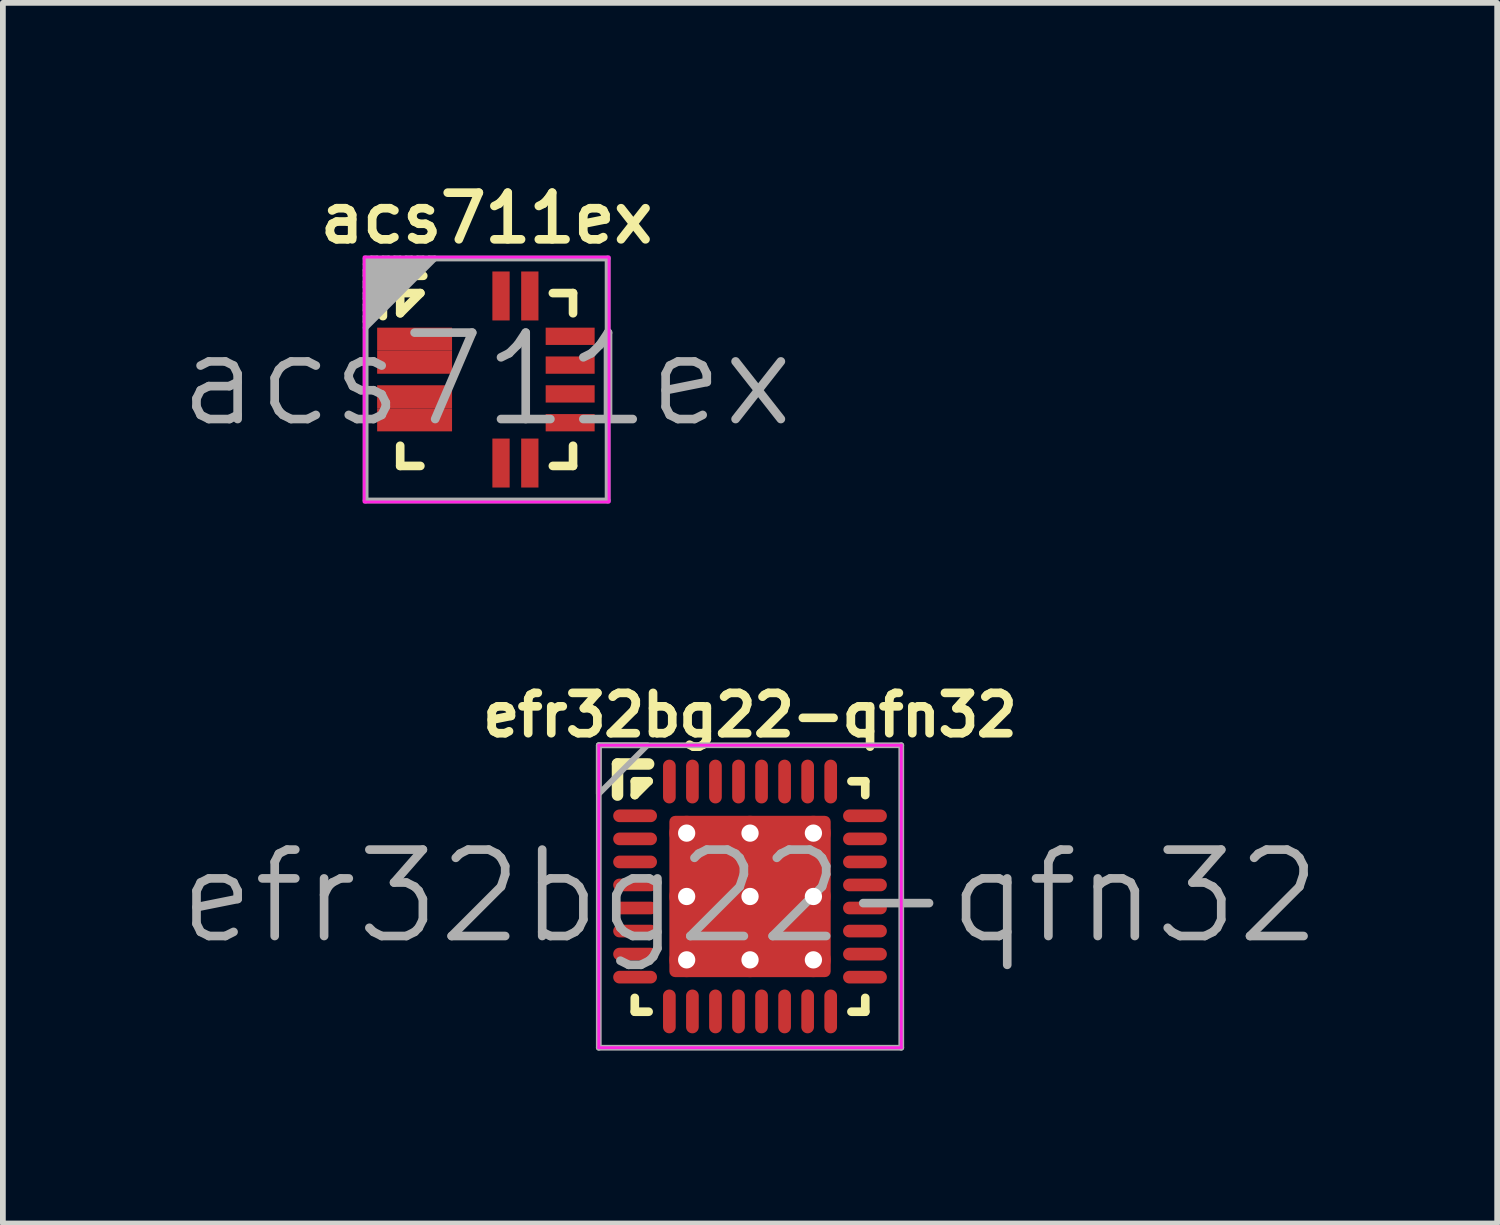
<source format=kicad_pcb>
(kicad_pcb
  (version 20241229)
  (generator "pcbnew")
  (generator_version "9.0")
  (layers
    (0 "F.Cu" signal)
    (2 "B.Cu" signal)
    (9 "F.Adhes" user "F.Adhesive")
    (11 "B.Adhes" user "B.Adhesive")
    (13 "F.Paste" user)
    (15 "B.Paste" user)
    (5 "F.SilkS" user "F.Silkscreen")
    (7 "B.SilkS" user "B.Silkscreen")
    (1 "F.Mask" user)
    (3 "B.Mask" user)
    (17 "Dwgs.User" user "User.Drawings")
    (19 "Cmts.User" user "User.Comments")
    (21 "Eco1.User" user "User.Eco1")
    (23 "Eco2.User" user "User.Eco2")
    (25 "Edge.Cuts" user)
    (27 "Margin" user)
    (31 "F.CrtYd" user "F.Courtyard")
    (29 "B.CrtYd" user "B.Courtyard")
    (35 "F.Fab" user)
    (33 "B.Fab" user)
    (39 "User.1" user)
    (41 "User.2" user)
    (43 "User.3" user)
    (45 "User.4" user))
  (footprint "acs711ex"
    (layer "F.Cu")
    (at 5.396 3.537)
    (property "Reference" "acs711ex" (at 0 -2.8 0) (layer "F.SilkS") (effects (font (size 0.81 0.81) (thickness 0.15))))
    (attr through_hole)
    (fp_line (start -1.8 -1.8) (end -1.1 -1.8) (stroke (width 0.15) (type solid)) (layer "F.SilkS"))
    (fp_line (start -1.8 -1.1) (end -1.8 -1.8) (stroke (width 0.15) (type solid)) (layer "F.SilkS"))
    (fp_line (start -1.5 -1.15) (end -1.5 -1.5) (stroke (width 0.15) (type solid)) (layer "F.SilkS"))
    (fp_line (start -1.5 -1.15) (end -1.15 -1.5) (stroke (width 0.15) (type solid)) (layer "F.SilkS"))
    (fp_line (start -1.5 1.15) (end -1.5 1.5) (stroke (width 0.15) (type solid)) (layer "F.SilkS"))
    (fp_line (start -1.15 -1.5) (end -1.5 -1.5) (stroke (width 0.15) (type solid)) (layer "F.SilkS"))
    (fp_line (start -1.15 1.5) (end -1.5 1.5) (stroke (width 0.15) (type solid)) (layer "F.SilkS"))
    (fp_line (start 1.15 -1.5) (end 1.5 -1.5) (stroke (width 0.15) (type solid)) (layer "F.SilkS"))
    (fp_line (start 1.15 1.5) (end 1.5 1.5) (stroke (width 0.15) (type solid)) (layer "F.SilkS"))
    (fp_line (start 1.5 -1.15) (end 1.5 -1.5) (stroke (width 0.15) (type solid)) (layer "F.SilkS"))
    (fp_line (start 1.5 1.15) (end 1.5 1.5) (stroke (width 0.15) (type solid)) (layer "F.SilkS"))
    (fp_line (start -2.125 -2.125) (end -2.125 2.125) (stroke (width 0.05) (type solid)) (layer "F.CrtYd"))
    (fp_line (start -2.125 2.125) (end 2.125 2.125) (stroke (width 0.05) (type solid)) (layer "F.CrtYd"))
    (fp_line (start 2.125 -2.125) (end -2.125 -2.125) (stroke (width 0.05) (type solid)) (layer "F.CrtYd"))
    (fp_line (start 2.125 2.125) (end 2.125 -2.125) (stroke (width 0.05) (type solid)) (layer "F.CrtYd"))
    (fp_line (start -2.1 -2.1) (end 2.1 -2.1) (stroke (width 0.1) (type solid)) (layer "F.Fab"))
    (fp_line (start -2.1 -2) (end -2 -2.1) (stroke (width 0.1) (type solid)) (layer "F.Fab"))
    (fp_line (start -2.1 -1.9) (end -2.1 -1.8) (stroke (width 0.1) (type solid)) (layer "F.Fab"))
    (fp_line (start -2.1 -1.8) (end -1.8 -2.1) (stroke (width 0.1) (type solid)) (layer "F.Fab"))
    (fp_line (start -2.1 -1.7) (end -2.1 -1.6) (stroke (width 0.1) (type solid)) (layer "F.Fab"))
    (fp_line (start -2.1 -1.6) (end -1.6 -2.1) (stroke (width 0.1) (type solid)) (layer "F.Fab"))
    (fp_line (start -2.1 -1.5) (end -2.1 -1.4) (stroke (width 0.1) (type solid)) (layer "F.Fab"))
    (fp_line (start -2.1 -1.4) (end -1.4 -2.1) (stroke (width 0.1) (type solid)) (layer "F.Fab"))
    (fp_line (start -2.1 -1.3) (end -2.1 -1.2) (stroke (width 0.1) (type solid)) (layer "F.Fab"))
    (fp_line (start -2.1 -1.2) (end -1.2 -2.1) (stroke (width 0.1) (type solid)) (layer "F.Fab"))
    (fp_line (start -2.1 -1.1) (end -2.1 -1) (stroke (width 0.1) (type solid)) (layer "F.Fab"))
    (fp_line (start -2.1 -1) (end -1 -2.1) (stroke (width 0.1) (type solid)) (layer "F.Fab"))
    (fp_line (start -2.1 2.1) (end -2.1 -2.1) (stroke (width 0.1) (type solid)) (layer "F.Fab"))
    (fp_line (start -2 -2.1) (end -1.9 -2.1) (stroke (width 0.1) (type solid)) (layer "F.Fab"))
    (fp_line (start -1.9 -2.1) (end -2.1 -1.9) (stroke (width 0.1) (type solid)) (layer "F.Fab"))
    (fp_line (start -1.8 -2.1) (end -1.7 -2.1) (stroke (width 0.1) (type solid)) (layer "F.Fab"))
    (fp_line (start -1.7 -2.1) (end -2.1 -1.7) (stroke (width 0.1) (type solid)) (layer "F.Fab"))
    (fp_line (start -1.6 -2.1) (end -1.5 -2.1) (stroke (width 0.1) (type solid)) (layer "F.Fab"))
    (fp_line (start -1.5 -2.1) (end -2.1 -1.5) (stroke (width 0.1) (type solid)) (layer "F.Fab"))
    (fp_line (start -1.4 -2.1) (end -1.3 -2.1) (stroke (width 0.1) (type solid)) (layer "F.Fab"))
    (fp_line (start -1.3 -2.1) (end -2.1 -1.3) (stroke (width 0.1) (type solid)) (layer "F.Fab"))
    (fp_line (start -1.2 -2.1) (end -1.1 -2.1) (stroke (width 0.1) (type solid)) (layer "F.Fab"))
    (fp_line (start -1.1 -2.1) (end -2.1 -1.1) (stroke (width 0.1) (type solid)) (layer "F.Fab"))
    (fp_line (start -1 -2.1) (end -0.9 -2.1) (stroke (width 0.1) (type solid)) (layer "F.Fab"))
    (fp_line (start -0.9 -2.1) (end -2.1 -0.9) (stroke (width 0.1) (type solid)) (layer "F.Fab"))
    (fp_line (start 2.1 -2.1) (end 2.1 2.1) (stroke (width 0.1) (type solid)) (layer "F.Fab"))
    (fp_line (start 2.1 2.1) (end -2.1 2.1) (stroke (width 0.1) (type solid)) (layer "F.Fab"))
    (fp_text user "${REFERENCE}" (at 0 0 0) (layer "F.Fab") (effects (font (size 1.5 1.5) (thickness 0.15))))
    (pad "1" smd rect (at -1.25 -0.7) (size 1.3 0.4) (layers "F.Cu" "F.Mask" "F.Paste"))
    (pad "2" smd rect (at -1.25 -0.3) (size 1.3 0.4) (layers "F.Cu" "F.Mask" "F.Paste"))
    (pad "3" smd rect (at -1.25 0.3) (size 1.3 0.4) (layers "F.Cu" "F.Mask" "F.Paste"))
    (pad "4" smd rect (at -1.25 0.7) (size 1.3 0.4) (layers "F.Cu" "F.Mask" "F.Paste"))
    (pad "5" smd rect (at 0.25 1.45 90) (size 0.85 0.3) (layers "F.Cu" "F.Mask" "F.Paste"))
    (pad "6" smd rect (at 0.75 1.45 90) (size 0.85 0.3) (layers "F.Cu" "F.Mask" "F.Paste"))
    (pad "7" smd rect (at 1.45 0.75) (size 0.85 0.3) (layers "F.Cu" "F.Mask" "F.Paste"))
    (pad "8" smd rect (at 1.45 0.25) (size 0.85 0.3) (layers "F.Cu" "F.Mask" "F.Paste"))
    (pad "9" smd rect (at 1.45 -0.25) (size 0.85 0.3) (layers "F.Cu" "F.Mask" "F.Paste"))
    (pad "10" smd rect (at 1.45 -0.75) (size 0.85 0.3) (layers "F.Cu" "F.Mask" "F.Paste"))
    (pad "11" smd rect (at 0.75 -1.45 90) (size 0.85 0.3) (layers "F.Cu" "F.Mask" "F.Paste"))
    (pad "12" smd rect (at 0.25 -1.45 90) (size 0.85 0.3) (layers "F.Cu" "F.Mask" "F.Paste")))
  (footprint "efr32bg22-qfn32"
    (layer "F.Cu")
    (at 9.968 12.51)
    (property "Reference" "efr32bg22-qfn32" (at 0 -3.15 0) (layer "F.SilkS") (effects (font (size 0.7 0.7) (thickness 0.15))))
    (attr smd)
    (fp_line (start -2.3 -1.76) (end -2.3 -2.3) (stroke (width 0.2) (type solid)) (layer "F.SilkS"))
    (fp_line (start -2 -1.76) (end -2 -2) (stroke (width 0.15) (type solid)) (layer "F.SilkS"))
    (fp_line (start -2 -1.76) (end -1.76 -2) (stroke (width 0.15) (type solid)) (layer "F.SilkS"))
    (fp_line (start -2 1.76) (end -2 2) (stroke (width 0.15) (type solid)) (layer "F.SilkS"))
    (fp_line (start -1.76 -2.3) (end -2.3 -2.3) (stroke (width 0.2) (type solid)) (layer "F.SilkS"))
    (fp_line (start -1.76 -2) (end -2 -2) (stroke (width 0.15) (type solid)) (layer "F.SilkS"))
    (fp_line (start -1.76 2) (end -2 2) (stroke (width 0.15) (type solid)) (layer "F.SilkS"))
    (fp_line (start 1.76 -2) (end 2 -2) (stroke (width 0.15) (type solid)) (layer "F.SilkS"))
    (fp_line (start 1.76 2) (end 2 2) (stroke (width 0.15) (type solid)) (layer "F.SilkS"))
    (fp_line (start 2 -1.76) (end 2 -2) (stroke (width 0.15) (type solid)) (layer "F.SilkS"))
    (fp_line (start 2 1.76) (end 2 2) (stroke (width 0.15) (type solid)) (layer "F.SilkS"))
    (fp_line (start -2.625 -2.625) (end -2.625 2.625) (stroke (width 0.05) (type solid)) (layer "F.CrtYd"))
    (fp_line (start -2.625 2.625) (end 2.625 2.625) (stroke (width 0.05) (type solid)) (layer "F.CrtYd"))
    (fp_line (start 2.625 -2.625) (end -2.625 -2.625) (stroke (width 0.05) (type solid)) (layer "F.CrtYd"))
    (fp_line (start 2.625 2.625) (end 2.625 -2.625) (stroke (width 0.05) (type solid)) (layer "F.CrtYd"))
    (fp_line (start -2.625 -2.625) (end -2.625 2.625) (stroke (width 0.1) (type solid)) (layer "F.Fab"))
    (fp_line (start -2.625 2.625) (end 2.625 2.625) (stroke (width 0.1) (type solid)) (layer "F.Fab"))
    (fp_line (start 2.625 -2.625) (end -2.625 -2.625) (stroke (width 0.1) (type solid)) (layer "F.Fab"))
    (fp_line (start 2.625 2.625) (end 2.625 -2.625) (stroke (width 0.1) (type solid)) (layer "F.Fab"))
    (fp_poly (pts (xy -2.625 -2.625) (xy -1.781 -2.625) (xy -2.625 -1.781)) (stroke (width 0.1) (type solid)) (fill no) (layer "F.Fab"))
    (fp_text user "${REFERENCE}" (at 0 0 0) (layer "F.Fab") (effects (font (size 1.5 1.5) (thickness 0.15))))
    (pad "1" smd oval (at -1.995 -1.4) (size 0.76 0.22) (layers "F.Cu" "F.Mask" "F.Paste"))
    (pad "2" smd oval (at -1.995 -1) (size 0.76 0.22) (layers "F.Cu" "F.Mask" "F.Paste"))
    (pad "3" smd oval (at -1.995 -0.6) (size 0.76 0.22) (layers "F.Cu" "F.Mask" "F.Paste"))
    (pad "4" smd oval (at -1.995 -0.2) (size 0.76 0.22) (layers "F.Cu" "F.Mask" "F.Paste"))
    (pad "5" smd oval (at -1.995 0.2) (size 0.76 0.22) (layers "F.Cu" "F.Mask" "F.Paste"))
    (pad "6" smd oval (at -1.995 0.6) (size 0.76 0.22) (layers "F.Cu" "F.Mask" "F.Paste"))
    (pad "7" smd oval (at -1.995 1) (size 0.76 0.22) (layers "F.Cu" "F.Mask" "F.Paste"))
    (pad "8" smd oval (at -1.995 1.4) (size 0.76 0.22) (layers "F.Cu" "F.Mask" "F.Paste"))
    (pad "9" smd oval (at -1.4 1.995 90) (size 0.76 0.22) (layers "F.Cu" "F.Mask" "F.Paste"))
    (pad "10" smd oval (at -1 1.995 90) (size 0.76 0.22) (layers "F.Cu" "F.Mask" "F.Paste"))
    (pad "11" smd oval (at -0.6 1.995 90) (size 0.76 0.22) (layers "F.Cu" "F.Mask" "F.Paste"))
    (pad "12" smd oval (at -0.2 1.995 90) (size 0.76 0.22) (layers "F.Cu" "F.Mask" "F.Paste"))
    (pad "13" smd oval (at 0.2 1.995 90) (size 0.76 0.22) (layers "F.Cu" "F.Mask" "F.Paste"))
    (pad "14" smd oval (at 0.6 1.995 90) (size 0.76 0.22) (layers "F.Cu" "F.Mask" "F.Paste"))
    (pad "15" smd oval (at 1 1.995 90) (size 0.76 0.22) (layers "F.Cu" "F.Mask" "F.Paste"))
    (pad "16" smd oval (at 1.4 1.995 90) (size 0.76 0.22) (layers "F.Cu" "F.Mask" "F.Paste"))
    (pad "17" smd oval (at 1.995 1.4) (size 0.76 0.22) (layers "F.Cu" "F.Mask" "F.Paste"))
    (pad "18" smd oval (at 1.995 1) (size 0.76 0.22) (layers "F.Cu" "F.Mask" "F.Paste"))
    (pad "19" smd oval (at 1.995 0.6) (size 0.76 0.22) (layers "F.Cu" "F.Mask" "F.Paste"))
    (pad "20" smd oval (at 1.995 0.2) (size 0.76 0.22) (layers "F.Cu" "F.Mask" "F.Paste"))
    (pad "21" smd oval (at 1.995 -0.2) (size 0.76 0.22) (layers "F.Cu" "F.Mask" "F.Paste"))
    (pad "22" smd oval (at 1.995 -0.6) (size 0.76 0.22) (layers "F.Cu" "F.Mask" "F.Paste"))
    (pad "23" smd oval (at 1.995 -1) (size 0.76 0.22) (layers "F.Cu" "F.Mask" "F.Paste"))
    (pad "24" smd oval (at 1.995 -1.4) (size 0.76 0.22) (layers "F.Cu" "F.Mask" "F.Paste"))
    (pad "25" smd oval (at 1.4 -1.995 90) (size 0.76 0.22) (layers "F.Cu" "F.Mask" "F.Paste"))
    (pad "26" smd oval (at 1 -1.995 90) (size 0.76 0.22) (layers "F.Cu" "F.Mask" "F.Paste"))
    (pad "27" smd oval (at 0.6 -1.995 90) (size 0.76 0.22) (layers "F.Cu" "F.Mask" "F.Paste"))
    (pad "28" smd oval (at 0.2 -1.995 90) (size 0.76 0.22) (layers "F.Cu" "F.Mask" "F.Paste"))
    (pad "29" smd oval (at -0.2 -1.995 90) (size 0.76 0.22) (layers "F.Cu" "F.Mask" "F.Paste"))
    (pad "30" smd oval (at -0.6 -1.995 90) (size 0.76 0.22) (layers "F.Cu" "F.Mask" "F.Paste"))
    (pad "31" smd oval (at -1 -1.995 90) (size 0.76 0.22) (layers "F.Cu" "F.Mask" "F.Paste"))
    (pad "32" smd oval (at -1.4 -1.995 90) (size 0.76 0.22) (layers "F.Cu" "F.Mask" "F.Paste"))
    (pad "FLAG" thru_hole circle (at -1.1 -1.1) (size 0.6 0.6) (drill 0.3) (property pad_prop_heatsink) (layers "*.Cu") (remove_unused_layers yes) (zone_layer_connections))
    (pad "FLAG" thru_hole circle (at -1.1 0) (size 0.6 0.6) (drill 0.3) (property pad_prop_heatsink) (layers "*.Cu") (remove_unused_layers yes) (zone_layer_connections))
    (pad "FLAG" thru_hole circle (at -1.1 1.1) (size 0.6 0.6) (drill 0.3) (property pad_prop_heatsink) (layers "*.Cu") (remove_unused_layers yes) (zone_layer_connections))
    (pad "FLAG" smd roundrect (at -0.96 -0.96) (size 0.66 0.66) (layers "F.Cu" "F.Paste") (roundrect_rratio 0.114))
    (pad "FLAG" smd roundrect (at -0.96 0) (size 0.66 0.66) (layers "F.Cu" "F.Paste") (roundrect_rratio 0.114))
    (pad "FLAG" smd roundrect (at -0.96 0.96) (size 0.66 0.66) (layers "F.Cu" "F.Paste") (roundrect_rratio 0.114))
    (pad "FLAG" thru_hole circle (at 0 -1.1) (size 0.6 0.6) (drill 0.3) (property pad_prop_heatsink) (layers "*.Cu") (remove_unused_layers yes) (zone_layer_connections))
    (pad "FLAG" smd roundrect (at 0 -0.96) (size 0.66 0.66) (layers "F.Cu" "F.Paste") (roundrect_rratio 0.114))
    (pad "FLAG" thru_hole circle (at 0 0) (size 0.6 0.6) (drill 0.3) (property pad_prop_heatsink) (layers "*.Cu") (remove_unused_layers yes) (zone_layer_connections))
    (pad "FLAG" smd roundrect (at 0 0) (size 0.66 0.66) (layers "F.Cu" "F.Paste") (roundrect_rratio 0.114))
    (pad "FLAG" smd roundrect (at 0 0) (size 2.8 2.8) (layers "F.Cu" "F.Mask") (roundrect_rratio 0.036))
    (pad "FLAG" smd roundrect (at 0 0.96) (size 0.66 0.66) (layers "F.Cu" "F.Paste") (roundrect_rratio 0.114))
    (pad "FLAG" thru_hole circle (at 0 1.1) (size 0.6 0.6) (drill 0.3) (property pad_prop_heatsink) (layers "*.Cu") (remove_unused_layers yes) (zone_layer_connections))
    (pad "FLAG" smd roundrect (at 0.96 -0.96) (size 0.66 0.66) (layers "F.Cu" "F.Paste") (roundrect_rratio 0.114))
    (pad "FLAG" smd roundrect (at 0.96 0) (size 0.66 0.66) (layers "F.Cu" "F.Paste") (roundrect_rratio 0.114))
    (pad "FLAG" smd roundrect (at 0.96 0.96) (size 0.66 0.66) (layers "F.Cu" "F.Paste") (roundrect_rratio 0.114))
    (pad "FLAG" thru_hole circle (at 1.1 -1.1) (size 0.6 0.6) (drill 0.3) (property pad_prop_heatsink) (layers "*.Cu") (remove_unused_layers yes) (zone_layer_connections))
    (pad "FLAG" thru_hole circle (at 1.1 0) (size 0.6 0.6) (drill 0.3) (property pad_prop_heatsink) (layers "*.Cu") (remove_unused_layers yes) (zone_layer_connections))
    (pad "FLAG" thru_hole circle (at 1.1 1.1) (size 0.6 0.6) (drill 0.3) (property pad_prop_heatsink) (layers "*.Cu") (remove_unused_layers yes) (zone_layer_connections)))
  (gr_rect
    (start -3 -3)
    (end 22.936 18.185)
    (stroke (width 0.1) (type default))
    (fill no)
    (layer "Edge.Cuts")))
</source>
